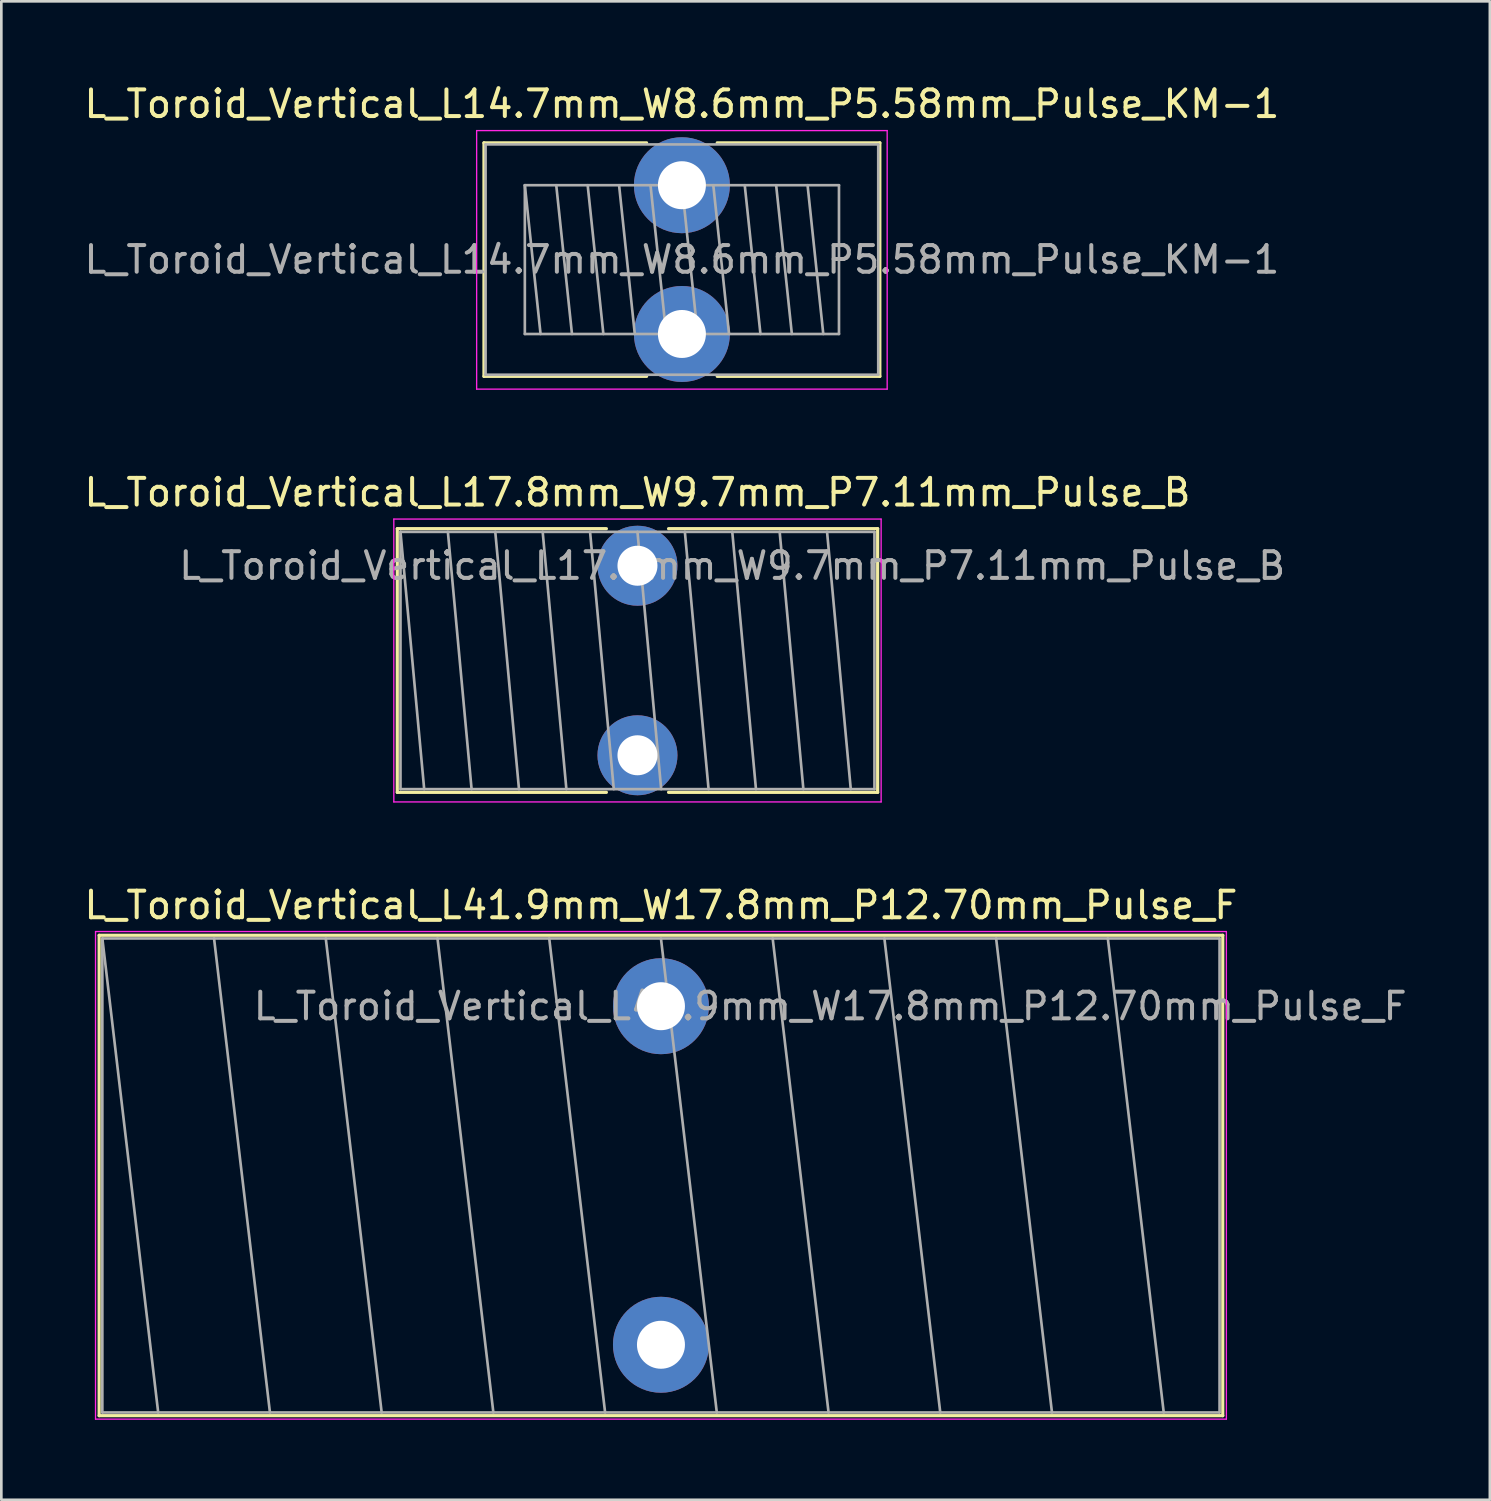
<source format=kicad_pcb>
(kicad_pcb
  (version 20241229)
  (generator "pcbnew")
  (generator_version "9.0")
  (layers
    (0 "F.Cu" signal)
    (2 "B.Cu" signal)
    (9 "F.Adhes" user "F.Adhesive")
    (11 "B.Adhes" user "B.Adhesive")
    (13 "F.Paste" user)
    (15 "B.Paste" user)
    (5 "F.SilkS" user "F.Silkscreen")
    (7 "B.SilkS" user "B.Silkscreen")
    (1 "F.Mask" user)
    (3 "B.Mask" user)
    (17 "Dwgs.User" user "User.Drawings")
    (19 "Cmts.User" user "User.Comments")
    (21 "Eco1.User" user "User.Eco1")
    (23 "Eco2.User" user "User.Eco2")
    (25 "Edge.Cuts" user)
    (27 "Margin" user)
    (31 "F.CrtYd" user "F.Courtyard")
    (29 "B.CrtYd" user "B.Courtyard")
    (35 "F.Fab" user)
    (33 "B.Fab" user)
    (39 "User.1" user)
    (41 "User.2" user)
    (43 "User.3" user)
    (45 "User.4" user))
  (footprint "L_Toroid_Vertical_L14.7mm_W8.6mm_P5.58mm_Pulse_KM-1"
    (layer "F.Cu")
    (at 22.53 3.898)
    (property "Reference" "L_Toroid_Vertical_L14.7mm_W8.6mm_P5.58mm_Pulse_KM-1" (at 0 -3.05 0) (layer "F.SilkS") (effects (font (size 1 1) (thickness 0.15))))
    (attr through_hole)
    (fp_line (start -7.425 -1.59) (end -7.425 7.17) (stroke (width 0.12) (type solid)) (layer "F.SilkS"))
    (fp_line (start -7.425 -1.59) (end -1.325 -1.59) (stroke (width 0.12) (type solid)) (layer "F.SilkS"))
    (fp_line (start -7.425 7.17) (end -1.325 7.17) (stroke (width 0.12) (type solid)) (layer "F.SilkS"))
    (fp_line (start 1.325 -1.59) (end 7.425 -1.59) (stroke (width 0.12) (type solid)) (layer "F.SilkS"))
    (fp_line (start 1.325 7.17) (end 7.425 7.17) (stroke (width 0.12) (type solid)) (layer "F.SilkS"))
    (fp_line (start 7.425 -1.59) (end 7.425 7.17) (stroke (width 0.12) (type solid)) (layer "F.SilkS"))
    (fp_line (start -7.7 -2.05) (end -7.7 7.65) (stroke (width 0.05) (type solid)) (layer "F.CrtYd"))
    (fp_line (start -7.7 7.65) (end 7.7 7.65) (stroke (width 0.05) (type solid)) (layer "F.CrtYd"))
    (fp_line (start 7.7 -2.05) (end -7.7 -2.05) (stroke (width 0.05) (type solid)) (layer "F.CrtYd"))
    (fp_line (start 7.7 7.65) (end 7.7 -2.05) (stroke (width 0.05) (type solid)) (layer "F.CrtYd"))
    (fp_line (start -7.365 -1.53) (end -7.365 7.11) (stroke (width 0.1) (type solid)) (layer "F.Fab"))
    (fp_line (start -7.365 7.11) (end 7.365 7.11) (stroke (width 0.1) (type solid)) (layer "F.Fab"))
    (fp_line (start -5.892 0) (end -5.892 5.58) (stroke (width 0.1) (type solid)) (layer "F.Fab"))
    (fp_line (start -5.892 0) (end -5.303 5.58) (stroke (width 0.1) (type solid)) (layer "F.Fab"))
    (fp_line (start -5.892 5.58) (end 5.892 5.58) (stroke (width 0.1) (type solid)) (layer "F.Fab"))
    (fp_line (start -4.714 0) (end -4.124 5.58) (stroke (width 0.1) (type solid)) (layer "F.Fab"))
    (fp_line (start -3.535 0) (end -2.946 5.58) (stroke (width 0.1) (type solid)) (layer "F.Fab"))
    (fp_line (start -2.357 0) (end -1.768 5.58) (stroke (width 0.1) (type solid)) (layer "F.Fab"))
    (fp_line (start -1.178 0) (end -0.589 5.58) (stroke (width 0.1) (type solid)) (layer "F.Fab"))
    (fp_line (start 0 0) (end 0.589 5.58) (stroke (width 0.1) (type solid)) (layer "F.Fab"))
    (fp_line (start 1.178 0) (end 1.768 5.58) (stroke (width 0.1) (type solid)) (layer "F.Fab"))
    (fp_line (start 2.357 0) (end 2.946 5.58) (stroke (width 0.1) (type solid)) (layer "F.Fab"))
    (fp_line (start 3.535 0) (end 4.124 5.58) (stroke (width 0.1) (type solid)) (layer "F.Fab"))
    (fp_line (start 4.714 0) (end 5.303 5.58) (stroke (width 0.1) (type solid)) (layer "F.Fab"))
    (fp_line (start 5.892 0) (end -5.892 0) (stroke (width 0.1) (type solid)) (layer "F.Fab"))
    (fp_line (start 5.892 5.58) (end 5.892 0) (stroke (width 0.1) (type solid)) (layer "F.Fab"))
    (fp_line (start 7.365 -1.53) (end -7.365 -1.53) (stroke (width 0.1) (type solid)) (layer "F.Fab"))
    (fp_line (start 7.365 7.11) (end 7.365 -1.53) (stroke (width 0.1) (type solid)) (layer "F.Fab"))
    (fp_text user "${REFERENCE}" (at 0 2.79 0) (layer "F.Fab") (effects (font (size 1 1) (thickness 0.15))))
    (pad "1" thru_hole circle (at 0 0) (size 3.6 3.6) (drill 1.8) (layers "*.Cu" "*.Mask"))
    (pad "2" thru_hole circle (at 0 5.58) (size 3.6 3.6) (drill 1.8) (layers "*.Cu" "*.Mask")))
  (footprint "L_Toroid_Vertical_L41.9mm_W17.8mm_P12.70mm_Pulse_F"
    (layer "F.Cu")
    (at 21.744 34.695)
    (property "Reference" "L_Toroid_Vertical_L41.9mm_W17.8mm_P12.70mm_Pulse_F" (at 0 -3.79 0) (layer "F.SilkS") (effects (font (size 1 1) (thickness 0.15))))
    (attr through_hole)
    (fp_line (start -21.075 -2.66) (end -21.075 15.36) (stroke (width 0.12) (type solid)) (layer "F.SilkS"))
    (fp_line (start -21.075 -2.66) (end 21.075 -2.66) (stroke (width 0.12) (type solid)) (layer "F.SilkS"))
    (fp_line (start -21.075 15.36) (end 21.075 15.36) (stroke (width 0.12) (type solid)) (layer "F.SilkS"))
    (fp_line (start 21.075 -2.66) (end 21.075 15.36) (stroke (width 0.12) (type solid)) (layer "F.SilkS"))
    (fp_line (start -21.21 -2.8) (end -21.21 15.49) (stroke (width 0.05) (type solid)) (layer "F.CrtYd"))
    (fp_line (start -21.21 15.49) (end 21.21 15.49) (stroke (width 0.05) (type solid)) (layer "F.CrtYd"))
    (fp_line (start 21.21 -2.8) (end -21.21 -2.8) (stroke (width 0.05) (type solid)) (layer "F.CrtYd"))
    (fp_line (start 21.21 15.49) (end 21.21 -2.8) (stroke (width 0.05) (type solid)) (layer "F.CrtYd"))
    (fp_line (start -20.955 -2.54) (end -20.955 15.24) (stroke (width 0.1) (type solid)) (layer "F.Fab"))
    (fp_line (start -20.955 -2.54) (end -18.86 15.24) (stroke (width 0.1) (type solid)) (layer "F.Fab"))
    (fp_line (start -20.955 15.24) (end 20.955 15.24) (stroke (width 0.1) (type solid)) (layer "F.Fab"))
    (fp_line (start -16.764 -2.54) (end -14.668 15.24) (stroke (width 0.1) (type solid)) (layer "F.Fab"))
    (fp_line (start -12.573 -2.54) (end -10.477 15.24) (stroke (width 0.1) (type solid)) (layer "F.Fab"))
    (fp_line (start -8.382 -2.54) (end -6.287 15.24) (stroke (width 0.1) (type solid)) (layer "F.Fab"))
    (fp_line (start -4.191 -2.54) (end -2.095 15.24) (stroke (width 0.1) (type solid)) (layer "F.Fab"))
    (fp_line (start 0 -2.54) (end 2.095 15.24) (stroke (width 0.1) (type solid)) (layer "F.Fab"))
    (fp_line (start 4.191 -2.54) (end 6.287 15.24) (stroke (width 0.1) (type solid)) (layer "F.Fab"))
    (fp_line (start 8.382 -2.54) (end 10.477 15.24) (stroke (width 0.1) (type solid)) (layer "F.Fab"))
    (fp_line (start 12.573 -2.54) (end 14.668 15.24) (stroke (width 0.1) (type solid)) (layer "F.Fab"))
    (fp_line (start 16.764 -2.54) (end 18.86 15.24) (stroke (width 0.1) (type solid)) (layer "F.Fab"))
    (fp_line (start 20.955 -2.54) (end -20.955 -2.54) (stroke (width 0.1) (type solid)) (layer "F.Fab"))
    (fp_line (start 20.955 15.24) (end 20.955 -2.54) (stroke (width 0.1) (type solid)) (layer "F.Fab"))
    (fp_text user "${REFERENCE}" (at 6.35 0 0) (layer "F.Fab") (effects (font (size 1 1) (thickness 0.15))))
    (pad "1" thru_hole circle (at 0 0) (size 3.6 3.6) (drill 1.8) (layers "*.Cu" "*.Mask"))
    (pad "2" thru_hole circle (at 0 12.7) (size 3.6 3.6) (drill 1.8) (layers "*.Cu" "*.Mask")))
  (footprint "L_Toroid_Vertical_L17.8mm_W9.7mm_P7.11mm_Pulse_B"
    (layer "F.Cu")
    (at 20.863 18.172)
    (property "Reference" "L_Toroid_Vertical_L17.8mm_W9.7mm_P7.11mm_Pulse_B" (at 0 -2.75 0) (layer "F.SilkS") (effects (font (size 1 1) (thickness 0.15))))
    (attr through_hole)
    (fp_line (start -9.01 -1.39) (end -9.01 8.5) (stroke (width 0.12) (type solid)) (layer "F.SilkS"))
    (fp_line (start -9.01 -1.39) (end -1.166 -1.39) (stroke (width 0.12) (type solid)) (layer "F.SilkS"))
    (fp_line (start -9.01 8.5) (end -1.166 8.5) (stroke (width 0.12) (type solid)) (layer "F.SilkS"))
    (fp_line (start 1.166 -1.39) (end 9.01 -1.39) (stroke (width 0.12) (type solid)) (layer "F.SilkS"))
    (fp_line (start 1.166 8.5) (end 9.01 8.5) (stroke (width 0.12) (type solid)) (layer "F.SilkS"))
    (fp_line (start 9.01 -1.39) (end 9.01 8.5) (stroke (width 0.12) (type solid)) (layer "F.SilkS"))
    (fp_line (start -9.14 -1.75) (end -9.14 8.86) (stroke (width 0.05) (type solid)) (layer "F.CrtYd"))
    (fp_line (start -9.14 8.86) (end 9.14 8.86) (stroke (width 0.05) (type solid)) (layer "F.CrtYd"))
    (fp_line (start 9.14 -1.75) (end -9.14 -1.75) (stroke (width 0.05) (type solid)) (layer "F.CrtYd"))
    (fp_line (start 9.14 8.86) (end 9.14 -1.75) (stroke (width 0.05) (type solid)) (layer "F.CrtYd"))
    (fp_line (start -8.89 -1.27) (end -8.89 8.38) (stroke (width 0.1) (type solid)) (layer "F.Fab"))
    (fp_line (start -8.89 -1.27) (end -8.001 8.38) (stroke (width 0.1) (type solid)) (layer "F.Fab"))
    (fp_line (start -8.89 8.38) (end 8.89 8.38) (stroke (width 0.1) (type solid)) (layer "F.Fab"))
    (fp_line (start -7.112 -1.27) (end -6.223 8.38) (stroke (width 0.1) (type solid)) (layer "F.Fab"))
    (fp_line (start -5.334 -1.27) (end -4.445 8.38) (stroke (width 0.1) (type solid)) (layer "F.Fab"))
    (fp_line (start -3.556 -1.27) (end -2.667 8.38) (stroke (width 0.1) (type solid)) (layer "F.Fab"))
    (fp_line (start -1.778 -1.27) (end -0.889 8.38) (stroke (width 0.1) (type solid)) (layer "F.Fab"))
    (fp_line (start 0 -1.27) (end 0.889 8.38) (stroke (width 0.1) (type solid)) (layer "F.Fab"))
    (fp_line (start 1.778 -1.27) (end 2.667 8.38) (stroke (width 0.1) (type solid)) (layer "F.Fab"))
    (fp_line (start 3.556 -1.27) (end 4.445 8.38) (stroke (width 0.1) (type solid)) (layer "F.Fab"))
    (fp_line (start 5.334 -1.27) (end 6.223 8.38) (stroke (width 0.1) (type solid)) (layer "F.Fab"))
    (fp_line (start 7.112 -1.27) (end 8.001 8.38) (stroke (width 0.1) (type solid)) (layer "F.Fab"))
    (fp_line (start 8.89 -1.27) (end -8.89 -1.27) (stroke (width 0.1) (type solid)) (layer "F.Fab"))
    (fp_line (start 8.89 8.38) (end 8.89 -1.27) (stroke (width 0.1) (type solid)) (layer "F.Fab"))
    (fp_text user "${REFERENCE}" (at 3.555 0 0) (layer "F.Fab") (effects (font (size 1 1) (thickness 0.15))))
    (pad "1" thru_hole circle (at 0 0) (size 3 3) (drill 1.5) (layers "*.Cu" "*.Mask"))
    (pad "2" thru_hole circle (at 0 7.11) (size 3 3) (drill 1.5) (layers "*.Cu" "*.Mask")))
  (gr_rect
    (start -3 -3)
    (end 52.838 53.21)
    (stroke (width 0.1) (type default))
    (fill no)
    (layer "Edge.Cuts")))
</source>
